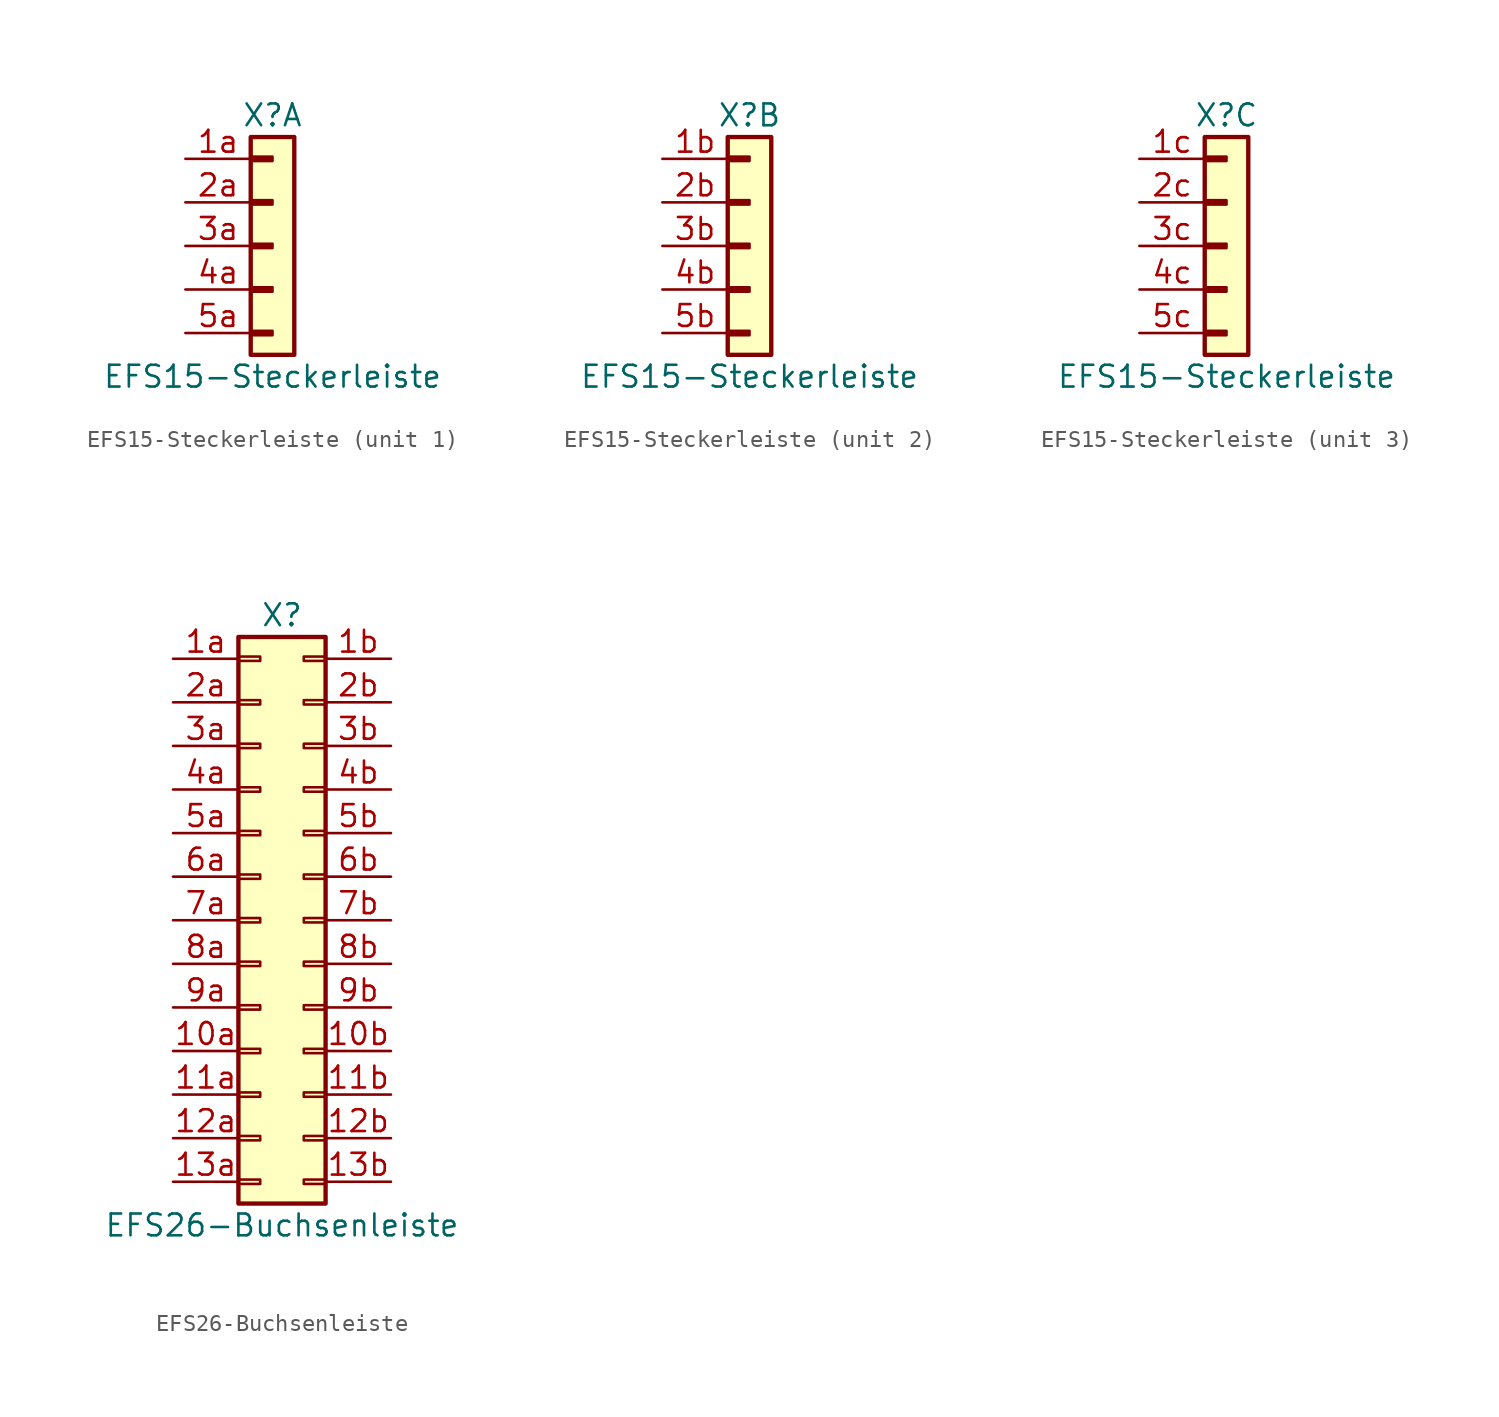
<source format=kicad_sym>
(kicad_symbol_lib
  (version 20211014)
  (generator kicad_symbol_editor)
  (symbol "EFS15-Steckerleiste"
    (pin_names
      (offset 1.016) hide)
    (property "Reference" "X"
      (at 0 7.62 0)
      (effects (font (size 1.27 1.27))))
    (property "Value" "EFS15-Steckerleiste"
      (at 0 -7.62 0)
      (effects (font (size 1.27 1.27))))
    (property "ki_locked" ""
      (at 0 0 0)
      (effects (font (size 1.27 1.27))))
    (symbol "EFS15-Steckerleiste_1_1"
      (rectangle (start -1.27 -4.953) (end 0 -5.207) (stroke (width 0.152) (type default) (color 0 0 0 0)) (fill (type outline)))
      (rectangle (start -1.27 -2.413) (end 0 -2.667) (stroke (width 0.152) (type default) (color 0 0 0 0)) (fill (type outline)))
      (rectangle (start -1.27 0.127) (end 0 -0.127) (stroke (width 0.152) (type default) (color 0 0 0 0)) (fill (type outline)))
      (rectangle (start -1.27 2.667) (end 0 2.413) (stroke (width 0.152) (type default) (color 0 0 0 0)) (fill (type outline)))
      (rectangle (start -1.27 5.207) (end 0 4.953) (stroke (width 0.152) (type default) (color 0 0 0 0)) (fill (type outline)))
      (rectangle (start -1.27 6.35) (end 1.27 -6.35) (stroke (width 0.254) (type default) (color 0 0 0 0)) (fill (type background)))
      (pin passive line (at -5.08 5.08 0) (length 3.81) (name "Pin_1a" (effects (font (size 1.27 1.27)))) (number "1a" (effects (font (size 1.27 1.27)))))
      (pin passive line (at -5.08 2.54 0) (length 3.81) (name "Pin_2a" (effects (font (size 1.27 1.27)))) (number "2a" (effects (font (size 1.27 1.27)))))
      (pin passive line (at -5.08 0 0) (length 3.81) (name "Pin_3a" (effects (font (size 1.27 1.27)))) (number "3a" (effects (font (size 1.27 1.27)))))
      (pin passive line (at -5.08 -2.54 0) (length 3.81) (name "Pin_4a" (effects (font (size 1.27 1.27)))) (number "4a" (effects (font (size 1.27 1.27)))))
      (pin passive line (at -5.08 -5.08 0) (length 3.81) (name "Pin_5a" (effects (font (size 1.27 1.27)))) (number "5a" (effects (font (size 1.27 1.27))))))
    (symbol "EFS15-Steckerleiste_2_1"
      (rectangle (start -1.27 -4.953) (end 0 -5.207) (stroke (width 0.152) (type default) (color 0 0 0 0)) (fill (type outline)))
      (rectangle (start -1.27 -2.413) (end 0 -2.667) (stroke (width 0.152) (type default) (color 0 0 0 0)) (fill (type outline)))
      (rectangle (start -1.27 0.127) (end 0 -0.127) (stroke (width 0.152) (type default) (color 0 0 0 0)) (fill (type outline)))
      (rectangle (start -1.27 2.667) (end 0 2.413) (stroke (width 0.152) (type default) (color 0 0 0 0)) (fill (type outline)))
      (rectangle (start -1.27 5.207) (end 0 4.953) (stroke (width 0.152) (type default) (color 0 0 0 0)) (fill (type outline)))
      (rectangle (start -1.27 6.35) (end 1.27 -6.35) (stroke (width 0.254) (type default) (color 0 0 0 0)) (fill (type background)))
      (pin passive line (at -5.08 5.08 0) (length 3.81) (name "Pin_1b" (effects (font (size 1.27 1.27)))) (number "1b" (effects (font (size 1.27 1.27)))))
      (pin passive line (at -5.08 2.54 0) (length 3.81) (name "Pin_2b" (effects (font (size 1.27 1.27)))) (number "2b" (effects (font (size 1.27 1.27)))))
      (pin passive line (at -5.08 0 0) (length 3.81) (name "Pin_3b" (effects (font (size 1.27 1.27)))) (number "3b" (effects (font (size 1.27 1.27)))))
      (pin passive line (at -5.08 -2.54 0) (length 3.81) (name "Pin_4b" (effects (font (size 1.27 1.27)))) (number "4b" (effects (font (size 1.27 1.27)))))
      (pin passive line (at -5.08 -5.08 0) (length 3.81) (name "Pin_5b" (effects (font (size 1.27 1.27)))) (number "5b" (effects (font (size 1.27 1.27))))))
    (symbol "EFS15-Steckerleiste_3_1"
      (rectangle (start -1.27 -4.953) (end 0 -5.207) (stroke (width 0.152) (type default) (color 0 0 0 0)) (fill (type outline)))
      (rectangle (start -1.27 -2.413) (end 0 -2.667) (stroke (width 0.152) (type default) (color 0 0 0 0)) (fill (type outline)))
      (rectangle (start -1.27 0.127) (end 0 -0.127) (stroke (width 0.152) (type default) (color 0 0 0 0)) (fill (type outline)))
      (rectangle (start -1.27 2.667) (end 0 2.413) (stroke (width 0.152) (type default) (color 0 0 0 0)) (fill (type outline)))
      (rectangle (start -1.27 5.207) (end 0 4.953) (stroke (width 0.152) (type default) (color 0 0 0 0)) (fill (type outline)))
      (rectangle (start -1.27 6.35) (end 1.27 -6.35) (stroke (width 0.254) (type default) (color 0 0 0 0)) (fill (type background)))
      (pin passive line (at -5.08 5.08 0) (length 3.81) (name "Pin_1c" (effects (font (size 1.27 1.27)))) (number "1c" (effects (font (size 1.27 1.27)))))
      (pin passive line (at -5.08 2.54 0) (length 3.81) (name "Pin_2c" (effects (font (size 1.27 1.27)))) (number "2c" (effects (font (size 1.27 1.27)))))
      (pin passive line (at -5.08 0 0) (length 3.81) (name "Pin_3c" (effects (font (size 1.27 1.27)))) (number "3c" (effects (font (size 1.27 1.27)))))
      (pin passive line (at -5.08 -2.54 0) (length 3.81) (name "Pin_4c" (effects (font (size 1.27 1.27)))) (number "4c" (effects (font (size 1.27 1.27)))))
      (pin passive line (at -5.08 -5.08 0) (length 3.81) (name "Pin_5c" (effects (font (size 1.27 1.27)))) (number "5c" (effects (font (size 1.27 1.27)))))))
  (symbol "EFS26-Buchsenleiste"
    (pin_names
      (offset 1.016) hide)
    (property "Reference" "X"
      (at 0 17.78 0)
      (effects (font (size 1.27 1.27))))
    (property "Value" "EFS26-Buchsenleiste"
      (at 0 -17.78 0)
      (effects (font (size 1.27 1.27))))
    (symbol "EFS26-Buchsenleiste_1_1"
      (rectangle (start -2.54 -15.113) (end -1.27 -15.367) (stroke (width 0.152) (type default) (color 0 0 0 0)) (fill (type none)))
      (rectangle (start -2.54 -12.573) (end -1.27 -12.827) (stroke (width 0.152) (type default) (color 0 0 0 0)) (fill (type none)))
      (rectangle (start -2.54 -10.033) (end -1.27 -10.287) (stroke (width 0.152) (type default) (color 0 0 0 0)) (fill (type none)))
      (rectangle (start -2.54 -7.493) (end -1.27 -7.747) (stroke (width 0.152) (type default) (color 0 0 0 0)) (fill (type none)))
      (rectangle (start -2.54 -4.953) (end -1.27 -5.207) (stroke (width 0.152) (type default) (color 0 0 0 0)) (fill (type none)))
      (rectangle (start -2.54 -2.413) (end -1.27 -2.667) (stroke (width 0.152) (type default) (color 0 0 0 0)) (fill (type none)))
      (rectangle (start -2.54 0.127) (end -1.27 -0.127) (stroke (width 0.152) (type default) (color 0 0 0 0)) (fill (type none)))
      (rectangle (start -2.54 2.667) (end -1.27 2.413) (stroke (width 0.152) (type default) (color 0 0 0 0)) (fill (type none)))
      (rectangle (start -2.54 5.207) (end -1.27 4.953) (stroke (width 0.152) (type default) (color 0 0 0 0)) (fill (type none)))
      (rectangle (start -2.54 7.747) (end -1.27 7.493) (stroke (width 0.152) (type default) (color 0 0 0 0)) (fill (type none)))
      (rectangle (start -2.54 10.287) (end -1.27 10.033) (stroke (width 0.152) (type default) (color 0 0 0 0)) (fill (type none)))
      (rectangle (start -2.54 12.827) (end -1.27 12.573) (stroke (width 0.152) (type default) (color 0 0 0 0)) (fill (type none)))
      (rectangle (start -2.54 15.367) (end -1.27 15.113) (stroke (width 0.152) (type default) (color 0 0 0 0)) (fill (type none)))
      (rectangle (start -2.54 16.51) (end 2.54 -16.51) (stroke (width 0.254) (type default) (color 0 0 0 0)) (fill (type background)))
      (rectangle (start 2.54 -15.113) (end 1.27 -15.367) (stroke (width 0.152) (type default) (color 0 0 0 0)) (fill (type none)))
      (rectangle (start 2.54 -12.573) (end 1.27 -12.827) (stroke (width 0.152) (type default) (color 0 0 0 0)) (fill (type none)))
      (rectangle (start 2.54 -10.033) (end 1.27 -10.287) (stroke (width 0.152) (type default) (color 0 0 0 0)) (fill (type none)))
      (rectangle (start 2.54 -7.493) (end 1.27 -7.747) (stroke (width 0.152) (type default) (color 0 0 0 0)) (fill (type none)))
      (rectangle (start 2.54 -4.953) (end 1.27 -5.207) (stroke (width 0.152) (type default) (color 0 0 0 0)) (fill (type none)))
      (rectangle (start 2.54 -2.413) (end 1.27 -2.667) (stroke (width 0.152) (type default) (color 0 0 0 0)) (fill (type none)))
      (rectangle (start 2.54 0.127) (end 1.27 -0.127) (stroke (width 0.152) (type default) (color 0 0 0 0)) (fill (type none)))
      (rectangle (start 2.54 2.667) (end 1.27 2.413) (stroke (width 0.152) (type default) (color 0 0 0 0)) (fill (type none)))
      (rectangle (start 2.54 5.207) (end 1.27 4.953) (stroke (width 0.152) (type default) (color 0 0 0 0)) (fill (type none)))
      (rectangle (start 2.54 7.747) (end 1.27 7.493) (stroke (width 0.152) (type default) (color 0 0 0 0)) (fill (type none)))
      (rectangle (start 2.54 10.287) (end 1.27 10.033) (stroke (width 0.152) (type default) (color 0 0 0 0)) (fill (type none)))
      (rectangle (start 2.54 12.827) (end 1.27 12.573) (stroke (width 0.152) (type default) (color 0 0 0 0)) (fill (type none)))
      (rectangle (start 2.54 15.367) (end 1.27 15.113) (stroke (width 0.152) (type default) (color 0 0 0 0)) (fill (type none)))
      (pin passive line (at -6.35 -7.62 0) (length 3.81) (name "Pin_10a" (effects (font (size 1.27 1.27)))) (number "10a" (effects (font (size 1.27 1.27)))))
      (pin passive line (at 6.35 -7.62 180) (length 3.81) (name "Pin_10b" (effects (font (size 1.27 1.27)))) (number "10b" (effects (font (size 1.27 1.27)))))
      (pin passive line (at -6.35 -10.16 0) (length 3.81) (name "Pin_11a" (effects (font (size 1.27 1.27)))) (number "11a" (effects (font (size 1.27 1.27)))))
      (pin passive line (at 6.35 -10.16 180) (length 3.81) (name "Pin_11b" (effects (font (size 1.27 1.27)))) (number "11b" (effects (font (size 1.27 1.27)))))
      (pin passive line (at -6.35 -12.7 0) (length 3.81) (name "Pin_12a" (effects (font (size 1.27 1.27)))) (number "12a" (effects (font (size 1.27 1.27)))))
      (pin passive line (at 6.35 -12.7 180) (length 3.81) (name "Pin_12b" (effects (font (size 1.27 1.27)))) (number "12b" (effects (font (size 1.27 1.27)))))
      (pin passive line (at -6.35 -15.24 0) (length 3.81) (name "Pin_13a" (effects (font (size 1.27 1.27)))) (number "13a" (effects (font (size 1.27 1.27)))))
      (pin passive line (at 6.35 -15.24 180) (length 3.81) (name "Pin_13b" (effects (font (size 1.27 1.27)))) (number "13b" (effects (font (size 1.27 1.27)))))
      (pin passive line (at -6.35 15.24 0) (length 3.81) (name "Pin_1a" (effects (font (size 1.27 1.27)))) (number "1a" (effects (font (size 1.27 1.27)))))
      (pin passive line (at 6.35 15.24 180) (length 3.81) (name "Pin_1b" (effects (font (size 1.27 1.27)))) (number "1b" (effects (font (size 1.27 1.27)))))
      (pin passive line (at -6.35 12.7 0) (length 3.81) (name "Pin_2a" (effects (font (size 1.27 1.27)))) (number "2a" (effects (font (size 1.27 1.27)))))
      (pin passive line (at 6.35 12.7 180) (length 3.81) (name "Pin_2b" (effects (font (size 1.27 1.27)))) (number "2b" (effects (font (size 1.27 1.27)))))
      (pin passive line (at -6.35 10.16 0) (length 3.81) (name "Pin_3a" (effects (font (size 1.27 1.27)))) (number "3a" (effects (font (size 1.27 1.27)))))
      (pin passive line (at 6.35 10.16 180) (length 3.81) (name "Pin_3b" (effects (font (size 1.27 1.27)))) (number "3b" (effects (font (size 1.27 1.27)))))
      (pin passive line (at -6.35 7.62 0) (length 3.81) (name "Pin_4a" (effects (font (size 1.27 1.27)))) (number "4a" (effects (font (size 1.27 1.27)))))
      (pin passive line (at 6.35 7.62 180) (length 3.81) (name "Pin_4b" (effects (font (size 1.27 1.27)))) (number "4b" (effects (font (size 1.27 1.27)))))
      (pin passive line (at -6.35 5.08 0) (length 3.81) (name "Pin_5a" (effects (font (size 1.27 1.27)))) (number "5a" (effects (font (size 1.27 1.27)))))
      (pin passive line (at 6.35 5.08 180) (length 3.81) (name "Pin_5b" (effects (font (size 1.27 1.27)))) (number "5b" (effects (font (size 1.27 1.27)))))
      (pin passive line (at -6.35 2.54 0) (length 3.81) (name "Pin_6a" (effects (font (size 1.27 1.27)))) (number "6a" (effects (font (size 1.27 1.27)))))
      (pin passive line (at 6.35 2.54 180) (length 3.81) (name "Pin_6b" (effects (font (size 1.27 1.27)))) (number "6b" (effects (font (size 1.27 1.27)))))
      (pin passive line (at -6.35 0 0) (length 3.81) (name "Pin_7a" (effects (font (size 1.27 1.27)))) (number "7a" (effects (font (size 1.27 1.27)))))
      (pin passive line (at 6.35 0 180) (length 3.81) (name "Pin_7b" (effects (font (size 1.27 1.27)))) (number "7b" (effects (font (size 1.27 1.27)))))
      (pin passive line (at -6.35 -2.54 0) (length 3.81) (name "Pin_8a" (effects (font (size 1.27 1.27)))) (number "8a" (effects (font (size 1.27 1.27)))))
      (pin passive line (at 6.35 -2.54 180) (length 3.81) (name "Pin_8b" (effects (font (size 1.27 1.27)))) (number "8b" (effects (font (size 1.27 1.27)))))
      (pin passive line (at -6.35 -5.08 0) (length 3.81) (name "Pin_9a" (effects (font (size 1.27 1.27)))) (number "9a" (effects (font (size 1.27 1.27)))))
      (pin passive line (at 6.35 -5.08 180) (length 3.81) (name "Pin_9b" (effects (font (size 1.27 1.27)))) (number "9b" (effects (font (size 1.27 1.27))))))))
</source>
